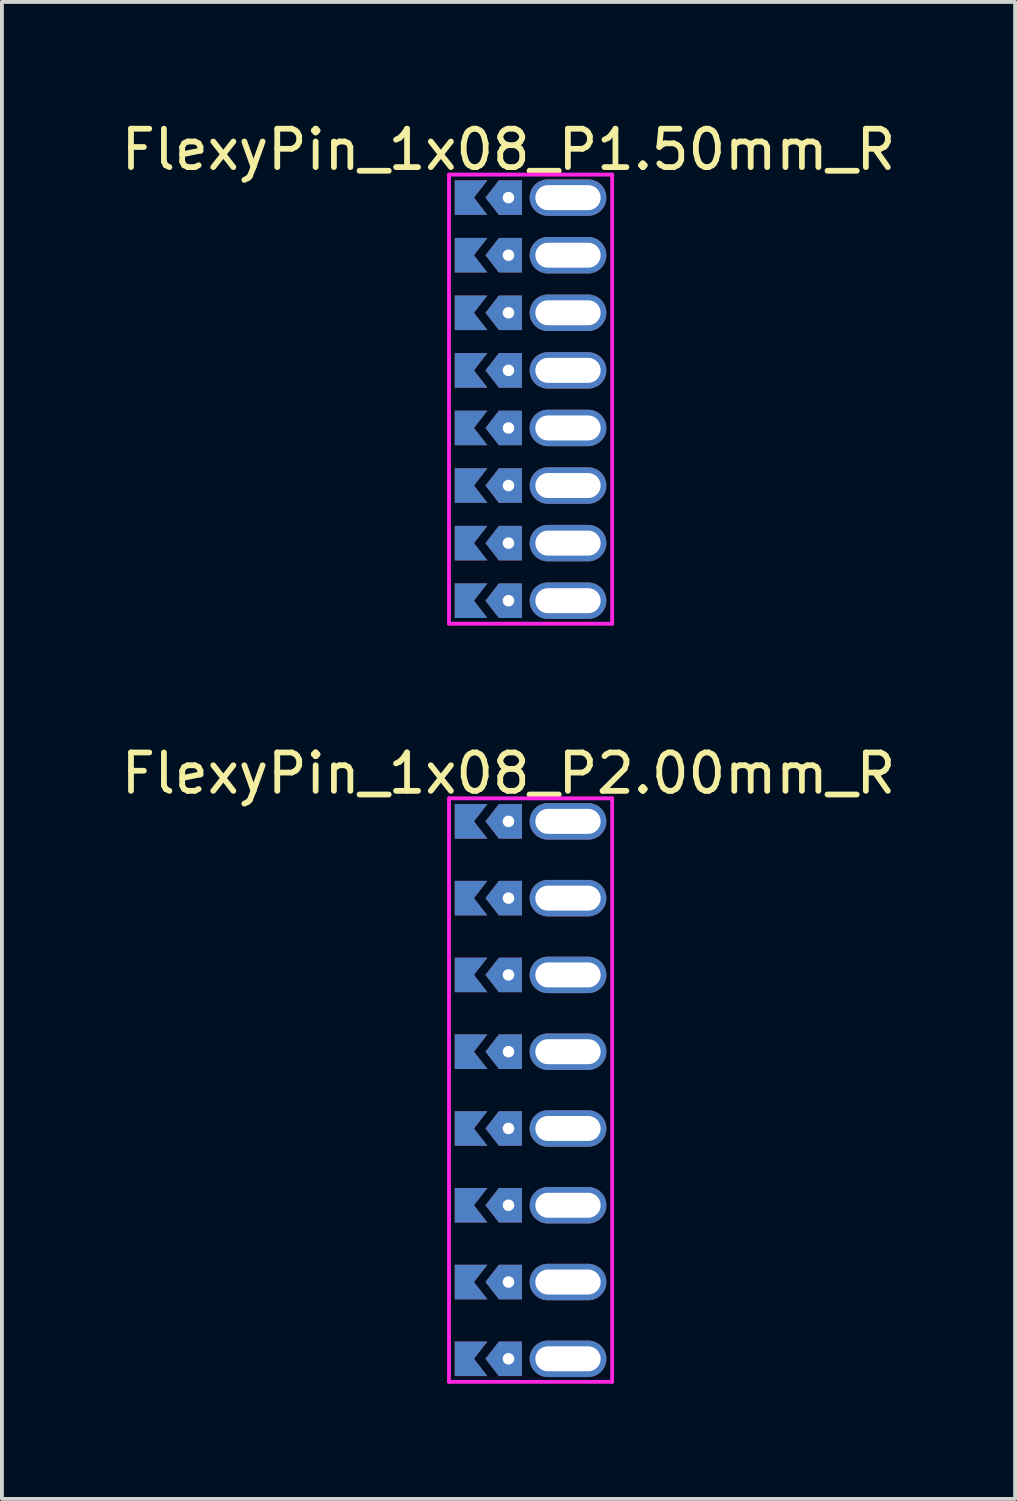
<source format=kicad_pcb>
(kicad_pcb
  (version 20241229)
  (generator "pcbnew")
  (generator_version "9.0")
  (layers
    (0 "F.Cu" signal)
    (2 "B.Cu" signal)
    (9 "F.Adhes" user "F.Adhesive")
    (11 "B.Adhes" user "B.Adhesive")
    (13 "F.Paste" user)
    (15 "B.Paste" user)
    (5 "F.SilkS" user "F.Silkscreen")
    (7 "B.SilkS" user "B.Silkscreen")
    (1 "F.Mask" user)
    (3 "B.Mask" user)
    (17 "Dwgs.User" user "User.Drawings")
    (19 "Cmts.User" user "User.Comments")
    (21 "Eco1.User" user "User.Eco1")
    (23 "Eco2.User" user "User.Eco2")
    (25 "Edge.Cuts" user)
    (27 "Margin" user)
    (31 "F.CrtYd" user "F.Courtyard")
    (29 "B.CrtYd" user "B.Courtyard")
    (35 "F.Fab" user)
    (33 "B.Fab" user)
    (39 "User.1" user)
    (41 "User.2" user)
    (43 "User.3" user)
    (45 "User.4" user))
  (footprint "FlexyPin_1x08_P1.50mm_R"
    (layer "F.Cu")
    (at 10.196 2.098)
    (property "Reference" "FlexyPin_1x08_P1.50mm_R" (at 0 -1.25 0) (layer "F.SilkS") (effects (font (size 1 1) (thickness 0.15))))
    (attr through_hole)
    (fp_line (start -1.55 -0.6) (end 2.7 -0.6) (stroke (width 0.1) (type solid)) (layer "F.CrtYd"))
    (fp_line (start -1.55 11.1) (end -1.55 -0.6) (stroke (width 0.1) (type solid)) (layer "F.CrtYd"))
    (fp_line (start 2.7 -0.6) (end 2.7 11.1) (stroke (width 0.1) (type solid)) (layer "F.CrtYd"))
    (fp_line (start 2.7 11.1) (end -1.55 11.1) (stroke (width 0.1) (type solid)) (layer "F.CrtYd"))
    (pad "" thru_hole custom (at 0 0) (size 0.3 0.3) (drill 0.6) (layers "*.Cu" "*.Mask") (options (anchor rect)) (primitives (gr_poly (pts (xy 0.35 0.45) (xy 0.35 -0.45) (xy -0.25 -0.45) (xy -0.6 0) (xy -0.25 0.45)) (width 0) (fill yes))))
    (pad "" thru_hole custom (at 0 1.5) (size 0.3 0.3) (drill 0.6) (layers "*.Cu" "*.Mask") (options (anchor rect)) (primitives (gr_poly (pts (xy 0.35 0.45) (xy 0.35 -0.45) (xy -0.25 -0.45) (xy -0.6 0) (xy -0.25 0.45)) (width 0) (fill yes))))
    (pad "" thru_hole custom (at 0 3) (size 0.3 0.3) (drill 0.6) (layers "*.Cu" "*.Mask") (options (anchor rect)) (primitives (gr_poly (pts (xy 0.35 0.45) (xy 0.35 -0.45) (xy -0.25 -0.45) (xy -0.6 0) (xy -0.25 0.45)) (width 0) (fill yes))))
    (pad "" thru_hole custom (at 0 4.5) (size 0.3 0.3) (drill 0.6) (layers "*.Cu" "*.Mask") (options (anchor rect)) (primitives (gr_poly (pts (xy 0.35 0.45) (xy 0.35 -0.45) (xy -0.25 -0.45) (xy -0.6 0) (xy -0.25 0.45)) (width 0) (fill yes))))
    (pad "" thru_hole custom (at 0 6) (size 0.3 0.3) (drill 0.6) (layers "*.Cu" "*.Mask") (options (anchor rect)) (primitives (gr_poly (pts (xy 0.35 0.45) (xy 0.35 -0.45) (xy -0.25 -0.45) (xy -0.6 0) (xy -0.25 0.45)) (width 0) (fill yes))))
    (pad "" thru_hole custom (at 0 7.5) (size 0.3 0.3) (drill 0.6) (layers "*.Cu" "*.Mask") (options (anchor rect)) (primitives (gr_poly (pts (xy 0.35 0.45) (xy 0.35 -0.45) (xy -0.25 -0.45) (xy -0.6 0) (xy -0.25 0.45)) (width 0) (fill yes))))
    (pad "" thru_hole custom (at 0 9) (size 0.3 0.3) (drill 0.6) (layers "*.Cu" "*.Mask") (options (anchor rect)) (primitives (gr_poly (pts (xy 0.35 0.45) (xy 0.35 -0.45) (xy -0.25 -0.45) (xy -0.6 0) (xy -0.25 0.45)) (width 0) (fill yes))))
    (pad "" thru_hole custom (at 0 10.5) (size 0.3 0.3) (drill 0.6) (layers "*.Cu" "*.Mask") (options (anchor rect)) (primitives (gr_poly (pts (xy 0.35 0.45) (xy 0.35 -0.45) (xy -0.25 -0.45) (xy -0.6 0) (xy -0.25 0.45)) (width 0) (fill yes))))
    (pad "" thru_hole oval (at 1.55 0) (size 2 0.95) (drill oval 1.7 0.65) (layers "*.Cu" "*.Mask"))
    (pad "" thru_hole oval (at 1.55 1.5) (size 2 0.95) (drill oval 1.7 0.65) (layers "*.Cu" "*.Mask"))
    (pad "" thru_hole oval (at 1.55 3) (size 2 0.95) (drill oval 1.7 0.65) (layers "*.Cu" "*.Mask"))
    (pad "" thru_hole oval (at 1.55 4.5) (size 2 0.95) (drill oval 1.7 0.65) (layers "*.Cu" "*.Mask"))
    (pad "" thru_hole oval (at 1.55 6) (size 2 0.95) (drill oval 1.7 0.65) (layers "*.Cu" "*.Mask"))
    (pad "" thru_hole oval (at 1.55 7.5) (size 2 0.95) (drill oval 1.7 0.65) (layers "*.Cu" "*.Mask"))
    (pad "" thru_hole oval (at 1.55 9) (size 2 0.95) (drill oval 1.7 0.65) (layers "*.Cu" "*.Mask"))
    (pad "" thru_hole oval (at 1.55 10.5) (size 2 0.95) (drill oval 1.7 0.65) (layers "*.Cu" "*.Mask"))
    (pad "1" smd custom (at -0.9 0) (size 0.01 0.01) (layers "F.Cu" "F.Mask") (options (anchor rect)) (primitives (gr_poly (pts (xy 0 0) (xy 0.35 0.45) (xy -0.5 0.45) (xy -0.5 -0.45) (xy 0.35 -0.45)) (width 0) (fill yes))))
    (pad "2" smd custom (at -0.9 1.5) (size 0.01 0.01) (layers "F.Cu" "F.Mask") (options (anchor rect)) (primitives (gr_poly (pts (xy 0 0) (xy 0.35 0.45) (xy -0.5 0.45) (xy -0.5 -0.45) (xy 0.35 -0.45)) (width 0) (fill yes))))
    (pad "3" smd custom (at -0.9 3) (size 0.01 0.01) (layers "F.Cu" "F.Mask") (options (anchor rect)) (primitives (gr_poly (pts (xy 0 0) (xy 0.35 0.45) (xy -0.5 0.45) (xy -0.5 -0.45) (xy 0.35 -0.45)) (width 0) (fill yes))))
    (pad "4" smd custom (at -0.9 4.5) (size 0.01 0.01) (layers "F.Cu" "F.Mask") (options (anchor rect)) (primitives (gr_poly (pts (xy 0 0) (xy 0.35 0.45) (xy -0.5 0.45) (xy -0.5 -0.45) (xy 0.35 -0.45)) (width 0) (fill yes))))
    (pad "5" smd custom (at -0.9 6) (size 0.01 0.01) (layers "F.Cu" "F.Mask") (options (anchor rect)) (primitives (gr_poly (pts (xy 0 0) (xy 0.35 0.45) (xy -0.5 0.45) (xy -0.5 -0.45) (xy 0.35 -0.45)) (width 0) (fill yes))))
    (pad "6" smd custom (at -0.9 7.5) (size 0.01 0.01) (layers "F.Cu" "F.Mask") (options (anchor rect)) (primitives (gr_poly (pts (xy 0 0) (xy 0.35 0.45) (xy -0.5 0.45) (xy -0.5 -0.45) (xy 0.35 -0.45)) (width 0) (fill yes))))
    (pad "7" smd custom (at -0.9 9) (size 0.01 0.01) (layers "F.Cu" "F.Mask") (options (anchor rect)) (primitives (gr_poly (pts (xy 0 0) (xy 0.35 0.45) (xy -0.5 0.45) (xy -0.5 -0.45) (xy 0.35 -0.45)) (width 0) (fill yes))))
    (pad "8" smd custom (at -0.9 10.5) (size 0.01 0.01) (layers "F.Cu" "F.Mask") (options (anchor rect)) (primitives (gr_poly (pts (xy 0 0) (xy 0.35 0.45) (xy -0.5 0.45) (xy -0.5 -0.45) (xy 0.35 -0.45)) (width 0) (fill yes))))
    (pad "9" smd custom (at -0.9 0) (size 0.01 0.01) (layers "B.Cu" "B.Mask") (options (anchor rect)) (primitives (gr_poly (pts (xy 0 0) (xy 0.35 0.45) (xy -0.5 0.45) (xy -0.5 -0.45) (xy 0.35 -0.45)) (width 0) (fill yes))))
    (pad "10" smd custom (at -0.9 1.5) (size 0.01 0.01) (layers "B.Cu" "B.Mask") (options (anchor rect)) (primitives (gr_poly (pts (xy 0 0) (xy 0.35 0.45) (xy -0.5 0.45) (xy -0.5 -0.45) (xy 0.35 -0.45)) (width 0) (fill yes))))
    (pad "11" smd custom (at -0.9 3) (size 0.01 0.01) (layers "B.Cu" "B.Mask") (options (anchor rect)) (primitives (gr_poly (pts (xy 0 0) (xy 0.35 0.45) (xy -0.5 0.45) (xy -0.5 -0.45) (xy 0.35 -0.45)) (width 0) (fill yes))))
    (pad "12" smd custom (at -0.9 4.5) (size 0.01 0.01) (layers "B.Cu" "B.Mask") (options (anchor rect)) (primitives (gr_poly (pts (xy 0 0) (xy 0.35 0.45) (xy -0.5 0.45) (xy -0.5 -0.45) (xy 0.35 -0.45)) (width 0) (fill yes))))
    (pad "13" smd custom (at -0.9 6) (size 0.01 0.01) (layers "B.Cu" "B.Mask") (options (anchor rect)) (primitives (gr_poly (pts (xy 0 0) (xy 0.35 0.45) (xy -0.5 0.45) (xy -0.5 -0.45) (xy 0.35 -0.45)) (width 0) (fill yes))))
    (pad "14" smd custom (at -0.9 7.5) (size 0.01 0.01) (layers "B.Cu" "B.Mask") (options (anchor rect)) (primitives (gr_poly (pts (xy 0 0) (xy 0.35 0.45) (xy -0.5 0.45) (xy -0.5 -0.45) (xy 0.35 -0.45)) (width 0) (fill yes))))
    (pad "15" smd custom (at -0.9 9) (size 0.01 0.01) (layers "B.Cu" "B.Mask") (options (anchor rect)) (primitives (gr_poly (pts (xy 0 0) (xy 0.35 0.45) (xy -0.5 0.45) (xy -0.5 -0.45) (xy 0.35 -0.45)) (width 0) (fill yes))))
    (pad "16" smd custom (at -0.9 10.5) (size 0.01 0.01) (layers "B.Cu" "B.Mask") (options (anchor rect)) (primitives (gr_poly (pts (xy 0 0) (xy 0.35 0.45) (xy -0.5 0.45) (xy -0.5 -0.45) (xy 0.35 -0.45)) (width 0) (fill yes)))))
  (footprint "FlexyPin_1x08_P2.00mm_R"
    (layer "F.Cu")
    (at 10.196 18.346)
    (property "Reference" "FlexyPin_1x08_P2.00mm_R" (at 0 -1.25 0) (layer "F.SilkS") (effects (font (size 1 1) (thickness 0.15))))
    (attr through_hole)
    (fp_line (start -1.55 -0.6) (end 2.7 -0.6) (stroke (width 0.1) (type solid)) (layer "F.CrtYd"))
    (fp_line (start -1.55 14.6) (end -1.55 -0.6) (stroke (width 0.1) (type solid)) (layer "F.CrtYd"))
    (fp_line (start 2.7 -0.6) (end 2.7 14.6) (stroke (width 0.1) (type solid)) (layer "F.CrtYd"))
    (fp_line (start 2.7 14.6) (end -1.55 14.6) (stroke (width 0.1) (type solid)) (layer "F.CrtYd"))
    (pad "" thru_hole custom (at 0 0) (size 0.3 0.3) (drill 0.6) (layers "*.Cu" "*.Mask") (options (anchor rect)) (primitives (gr_poly (pts (xy 0.35 0.45) (xy 0.35 -0.45) (xy -0.25 -0.45) (xy -0.6 0) (xy -0.25 0.45)) (width 0) (fill yes))))
    (pad "" thru_hole custom (at 0 2) (size 0.3 0.3) (drill 0.6) (layers "*.Cu" "*.Mask") (options (anchor rect)) (primitives (gr_poly (pts (xy 0.35 0.45) (xy 0.35 -0.45) (xy -0.25 -0.45) (xy -0.6 0) (xy -0.25 0.45)) (width 0) (fill yes))))
    (pad "" thru_hole custom (at 0 4) (size 0.3 0.3) (drill 0.6) (layers "*.Cu" "*.Mask") (options (anchor rect)) (primitives (gr_poly (pts (xy 0.35 0.45) (xy 0.35 -0.45) (xy -0.25 -0.45) (xy -0.6 0) (xy -0.25 0.45)) (width 0) (fill yes))))
    (pad "" thru_hole custom (at 0 6) (size 0.3 0.3) (drill 0.6) (layers "*.Cu" "*.Mask") (options (anchor rect)) (primitives (gr_poly (pts (xy 0.35 0.45) (xy 0.35 -0.45) (xy -0.25 -0.45) (xy -0.6 0) (xy -0.25 0.45)) (width 0) (fill yes))))
    (pad "" thru_hole custom (at 0 8) (size 0.3 0.3) (drill 0.6) (layers "*.Cu" "*.Mask") (options (anchor rect)) (primitives (gr_poly (pts (xy 0.35 0.45) (xy 0.35 -0.45) (xy -0.25 -0.45) (xy -0.6 0) (xy -0.25 0.45)) (width 0) (fill yes))))
    (pad "" thru_hole custom (at 0 10) (size 0.3 0.3) (drill 0.6) (layers "*.Cu" "*.Mask") (options (anchor rect)) (primitives (gr_poly (pts (xy 0.35 0.45) (xy 0.35 -0.45) (xy -0.25 -0.45) (xy -0.6 0) (xy -0.25 0.45)) (width 0) (fill yes))))
    (pad "" thru_hole custom (at 0 12) (size 0.3 0.3) (drill 0.6) (layers "*.Cu" "*.Mask") (options (anchor rect)) (primitives (gr_poly (pts (xy 0.35 0.45) (xy 0.35 -0.45) (xy -0.25 -0.45) (xy -0.6 0) (xy -0.25 0.45)) (width 0) (fill yes))))
    (pad "" thru_hole custom (at 0 14) (size 0.3 0.3) (drill 0.6) (layers "*.Cu" "*.Mask") (options (anchor rect)) (primitives (gr_poly (pts (xy 0.35 0.45) (xy 0.35 -0.45) (xy -0.25 -0.45) (xy -0.6 0) (xy -0.25 0.45)) (width 0) (fill yes))))
    (pad "" thru_hole oval (at 1.55 0) (size 2 0.95) (drill oval 1.7 0.65) (layers "*.Cu" "*.Mask"))
    (pad "" thru_hole oval (at 1.55 2) (size 2 0.95) (drill oval 1.7 0.65) (layers "*.Cu" "*.Mask"))
    (pad "" thru_hole oval (at 1.55 4) (size 2 0.95) (drill oval 1.7 0.65) (layers "*.Cu" "*.Mask"))
    (pad "" thru_hole oval (at 1.55 6) (size 2 0.95) (drill oval 1.7 0.65) (layers "*.Cu" "*.Mask"))
    (pad "" thru_hole oval (at 1.55 8) (size 2 0.95) (drill oval 1.7 0.65) (layers "*.Cu" "*.Mask"))
    (pad "" thru_hole oval (at 1.55 10) (size 2 0.95) (drill oval 1.7 0.65) (layers "*.Cu" "*.Mask"))
    (pad "" thru_hole oval (at 1.55 12) (size 2 0.95) (drill oval 1.7 0.65) (layers "*.Cu" "*.Mask"))
    (pad "" thru_hole oval (at 1.55 14) (size 2 0.95) (drill oval 1.7 0.65) (layers "*.Cu" "*.Mask"))
    (pad "1" smd custom (at -0.9 0) (size 0.01 0.01) (layers "F.Cu" "F.Mask") (options (anchor rect)) (primitives (gr_poly (pts (xy 0 0) (xy 0.35 0.45) (xy -0.5 0.45) (xy -0.5 -0.45) (xy 0.35 -0.45)) (width 0) (fill yes))))
    (pad "2" smd custom (at -0.9 2) (size 0.01 0.01) (layers "F.Cu" "F.Mask") (options (anchor rect)) (primitives (gr_poly (pts (xy 0 0) (xy 0.35 0.45) (xy -0.5 0.45) (xy -0.5 -0.45) (xy 0.35 -0.45)) (width 0) (fill yes))))
    (pad "3" smd custom (at -0.9 4) (size 0.01 0.01) (layers "F.Cu" "F.Mask") (options (anchor rect)) (primitives (gr_poly (pts (xy 0 0) (xy 0.35 0.45) (xy -0.5 0.45) (xy -0.5 -0.45) (xy 0.35 -0.45)) (width 0) (fill yes))))
    (pad "4" smd custom (at -0.9 6) (size 0.01 0.01) (layers "F.Cu" "F.Mask") (options (anchor rect)) (primitives (gr_poly (pts (xy 0 0) (xy 0.35 0.45) (xy -0.5 0.45) (xy -0.5 -0.45) (xy 0.35 -0.45)) (width 0) (fill yes))))
    (pad "5" smd custom (at -0.9 8) (size 0.01 0.01) (layers "F.Cu" "F.Mask") (options (anchor rect)) (primitives (gr_poly (pts (xy 0 0) (xy 0.35 0.45) (xy -0.5 0.45) (xy -0.5 -0.45) (xy 0.35 -0.45)) (width 0) (fill yes))))
    (pad "6" smd custom (at -0.9 10) (size 0.01 0.01) (layers "F.Cu" "F.Mask") (options (anchor rect)) (primitives (gr_poly (pts (xy 0 0) (xy 0.35 0.45) (xy -0.5 0.45) (xy -0.5 -0.45) (xy 0.35 -0.45)) (width 0) (fill yes))))
    (pad "7" smd custom (at -0.9 12) (size 0.01 0.01) (layers "F.Cu" "F.Mask") (options (anchor rect)) (primitives (gr_poly (pts (xy 0 0) (xy 0.35 0.45) (xy -0.5 0.45) (xy -0.5 -0.45) (xy 0.35 -0.45)) (width 0) (fill yes))))
    (pad "8" smd custom (at -0.9 14) (size 0.01 0.01) (layers "F.Cu" "F.Mask") (options (anchor rect)) (primitives (gr_poly (pts (xy 0 0) (xy 0.35 0.45) (xy -0.5 0.45) (xy -0.5 -0.45) (xy 0.35 -0.45)) (width 0) (fill yes))))
    (pad "9" smd custom (at -0.9 0) (size 0.01 0.01) (layers "B.Cu" "B.Mask") (options (anchor rect)) (primitives (gr_poly (pts (xy 0 0) (xy 0.35 0.45) (xy -0.5 0.45) (xy -0.5 -0.45) (xy 0.35 -0.45)) (width 0) (fill yes))))
    (pad "10" smd custom (at -0.9 2) (size 0.01 0.01) (layers "B.Cu" "B.Mask") (options (anchor rect)) (primitives (gr_poly (pts (xy 0 0) (xy 0.35 0.45) (xy -0.5 0.45) (xy -0.5 -0.45) (xy 0.35 -0.45)) (width 0) (fill yes))))
    (pad "11" smd custom (at -0.9 4) (size 0.01 0.01) (layers "B.Cu" "B.Mask") (options (anchor rect)) (primitives (gr_poly (pts (xy 0 0) (xy 0.35 0.45) (xy -0.5 0.45) (xy -0.5 -0.45) (xy 0.35 -0.45)) (width 0) (fill yes))))
    (pad "12" smd custom (at -0.9 6) (size 0.01 0.01) (layers "B.Cu" "B.Mask") (options (anchor rect)) (primitives (gr_poly (pts (xy 0 0) (xy 0.35 0.45) (xy -0.5 0.45) (xy -0.5 -0.45) (xy 0.35 -0.45)) (width 0) (fill yes))))
    (pad "13" smd custom (at -0.9 8) (size 0.01 0.01) (layers "B.Cu" "B.Mask") (options (anchor rect)) (primitives (gr_poly (pts (xy 0 0) (xy 0.35 0.45) (xy -0.5 0.45) (xy -0.5 -0.45) (xy 0.35 -0.45)) (width 0) (fill yes))))
    (pad "14" smd custom (at -0.9 10) (size 0.01 0.01) (layers "B.Cu" "B.Mask") (options (anchor rect)) (primitives (gr_poly (pts (xy 0 0) (xy 0.35 0.45) (xy -0.5 0.45) (xy -0.5 -0.45) (xy 0.35 -0.45)) (width 0) (fill yes))))
    (pad "15" smd custom (at -0.9 12) (size 0.01 0.01) (layers "B.Cu" "B.Mask") (options (anchor rect)) (primitives (gr_poly (pts (xy 0 0) (xy 0.35 0.45) (xy -0.5 0.45) (xy -0.5 -0.45) (xy 0.35 -0.45)) (width 0) (fill yes))))
    (pad "16" smd custom (at -0.9 14) (size 0.01 0.01) (layers "B.Cu" "B.Mask") (options (anchor rect)) (primitives (gr_poly (pts (xy 0 0) (xy 0.35 0.45) (xy -0.5 0.45) (xy -0.5 -0.45) (xy 0.35 -0.45)) (width 0) (fill yes)))))
  (gr_rect
    (start -3 -3)
    (end 23.393 35.996)
    (stroke (width 0.1) (type default))
    (fill no)
    (layer "Edge.Cuts")))
</source>
